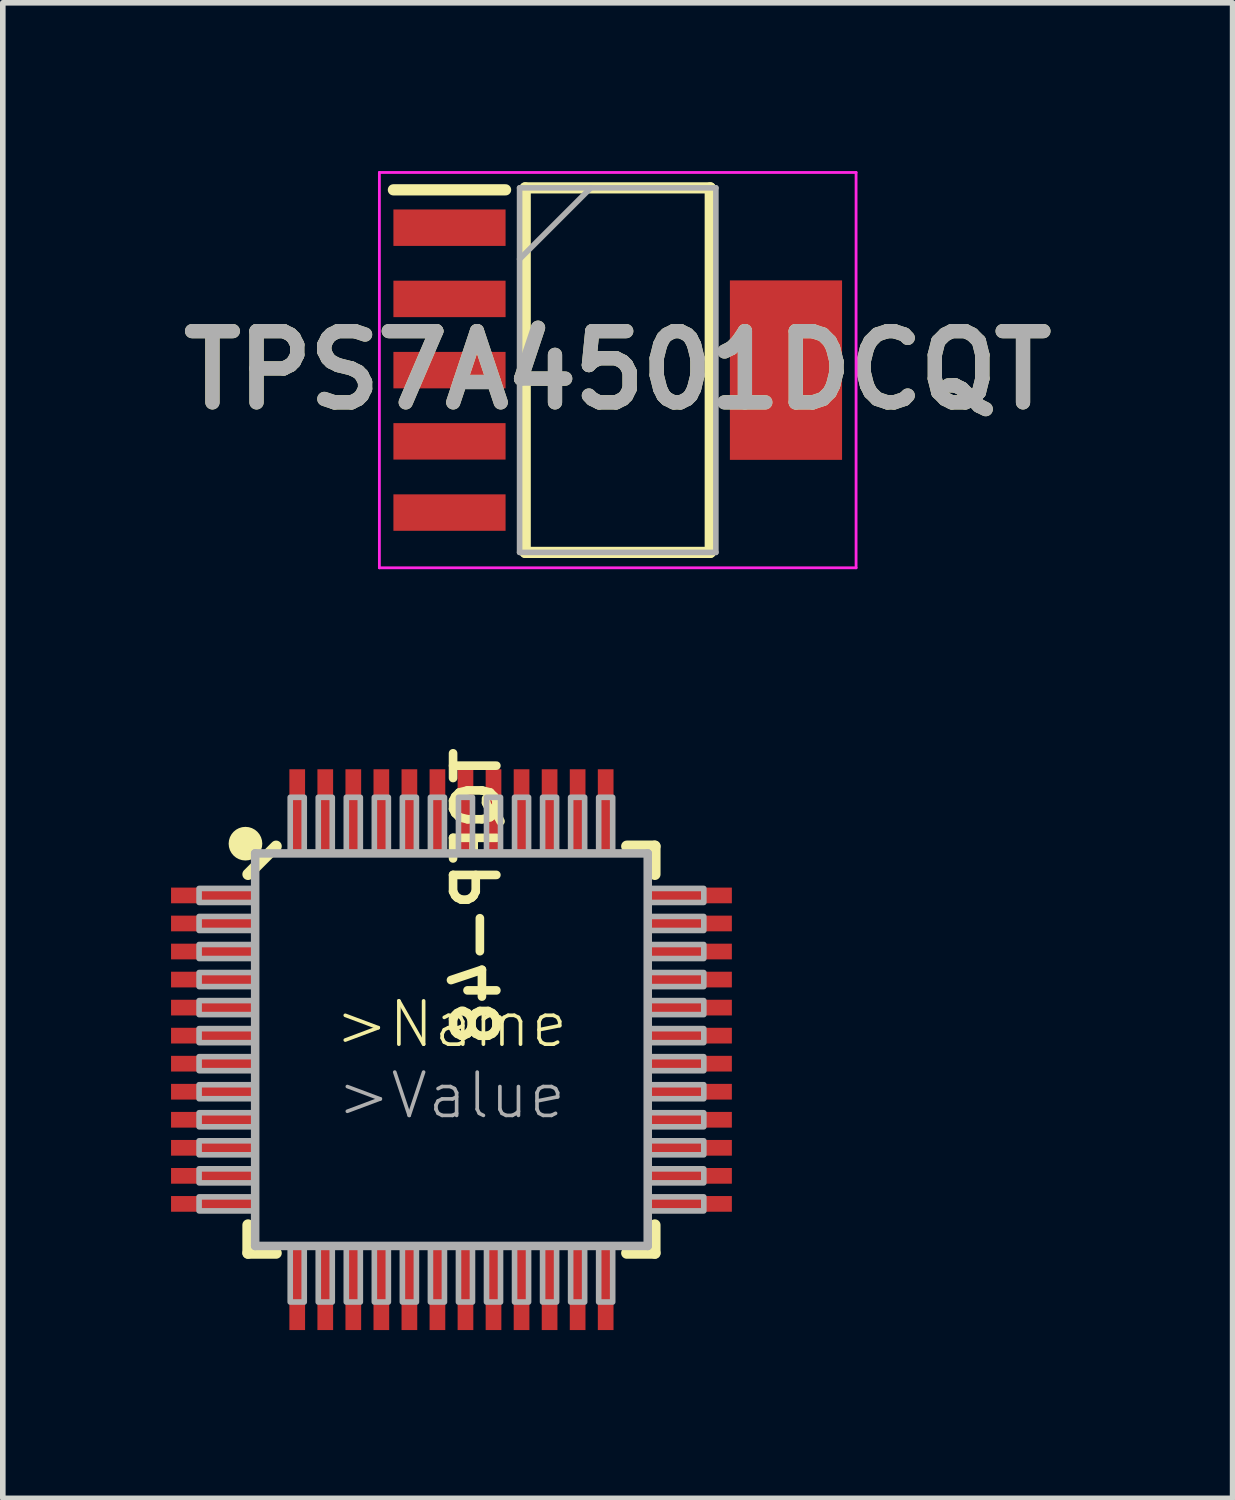
<source format=kicad_pcb>
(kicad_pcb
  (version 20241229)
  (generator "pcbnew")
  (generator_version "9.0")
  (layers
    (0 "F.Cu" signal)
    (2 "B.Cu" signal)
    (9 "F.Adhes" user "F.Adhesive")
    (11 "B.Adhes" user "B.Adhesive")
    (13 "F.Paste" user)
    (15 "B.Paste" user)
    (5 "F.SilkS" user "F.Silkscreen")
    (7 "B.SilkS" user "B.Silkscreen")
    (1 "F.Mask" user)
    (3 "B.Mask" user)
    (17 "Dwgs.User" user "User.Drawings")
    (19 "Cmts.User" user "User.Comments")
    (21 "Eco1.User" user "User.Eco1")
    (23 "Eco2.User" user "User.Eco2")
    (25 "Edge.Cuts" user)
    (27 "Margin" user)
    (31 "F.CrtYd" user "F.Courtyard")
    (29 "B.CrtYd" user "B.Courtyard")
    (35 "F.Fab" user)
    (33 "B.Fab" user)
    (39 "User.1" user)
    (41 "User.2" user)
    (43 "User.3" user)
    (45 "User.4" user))
  (footprint "TQFP-48"
    (layer "F.Cu")
    (at 5 15.667)
    (property "Reference" "TQFP-48" (at 0 0 90) (layer "F.SilkS") (effects (font (size 0.772 0.772) (thickness 0.154)) (justify right top mirror)))
    (attr through_hole)
    (fp_line (start -3.627 -3.127) (end -3.127 -3.627) (stroke (width 0.203) (type solid)) (layer "F.SilkS"))
    (fp_line (start -3.627 3.627) (end -3.627 3.127) (stroke (width 0.203) (type solid)) (layer "F.SilkS"))
    (fp_line (start -3.127 3.627) (end -3.627 3.627) (stroke (width 0.203) (type solid)) (layer "F.SilkS"))
    (fp_line (start 3.127 -3.627) (end 3.627 -3.627) (stroke (width 0.203) (type solid)) (layer "F.SilkS"))
    (fp_line (start 3.627 -3.627) (end 3.627 -3.127) (stroke (width 0.203) (type solid)) (layer "F.SilkS"))
    (fp_line (start 3.627 3.127) (end 3.627 3.627) (stroke (width 0.203) (type solid)) (layer "F.SilkS"))
    (fp_line (start 3.627 3.627) (end 3.127 3.627) (stroke (width 0.203) (type solid)) (layer "F.SilkS"))
    (fp_circle (center -3.673 -3.673) (end -3.523 -3.673) (stroke (width 0.3) (type solid)) (fill no) (layer "F.SilkS"))
    (fp_line (start -3.5 -3.5) (end 3.5 -3.5) (stroke (width 0.152) (type solid)) (layer "F.Fab"))
    (fp_line (start -3.5 3.5) (end -3.5 -3.5) (stroke (width 0.152) (type solid)) (layer "F.Fab"))
    (fp_line (start 3.5 -3.5) (end 3.5 3.5) (stroke (width 0.152) (type solid)) (layer "F.Fab"))
    (fp_line (start 3.5 3.5) (end -3.5 3.5) (stroke (width 0.152) (type solid)) (layer "F.Fab"))
    (fp_poly (pts (xy -4.5 -2.625) (xy -3.5 -2.625) (xy -3.5 -2.875) (xy -4.5 -2.875)) (stroke (width 0.1) (type solid)) (fill no) (layer "F.Fab"))
    (fp_poly (pts (xy -4.5 -2.125) (xy -3.5 -2.125) (xy -3.5 -2.375) (xy -4.5 -2.375)) (stroke (width 0.1) (type solid)) (fill no) (layer "F.Fab"))
    (fp_poly (pts (xy -4.5 -1.625) (xy -3.5 -1.625) (xy -3.5 -1.875) (xy -4.5 -1.875)) (stroke (width 0.1) (type solid)) (fill no) (layer "F.Fab"))
    (fp_poly (pts (xy -4.5 -1.125) (xy -3.5 -1.125) (xy -3.5 -1.375) (xy -4.5 -1.375)) (stroke (width 0.1) (type solid)) (fill no) (layer "F.Fab"))
    (fp_poly (pts (xy -4.5 -0.625) (xy -3.5 -0.625) (xy -3.5 -0.875) (xy -4.5 -0.875)) (stroke (width 0.1) (type solid)) (fill no) (layer "F.Fab"))
    (fp_poly (pts (xy -4.5 -0.125) (xy -3.5 -0.125) (xy -3.5 -0.375) (xy -4.5 -0.375)) (stroke (width 0.1) (type solid)) (fill no) (layer "F.Fab"))
    (fp_poly (pts (xy -4.5 0.375) (xy -3.5 0.375) (xy -3.5 0.125) (xy -4.5 0.125)) (stroke (width 0.1) (type solid)) (fill no) (layer "F.Fab"))
    (fp_poly (pts (xy -4.5 0.875) (xy -3.5 0.875) (xy -3.5 0.625) (xy -4.5 0.625)) (stroke (width 0.1) (type solid)) (fill no) (layer "F.Fab"))
    (fp_poly (pts (xy -4.5 1.375) (xy -3.5 1.375) (xy -3.5 1.125) (xy -4.5 1.125)) (stroke (width 0.1) (type solid)) (fill no) (layer "F.Fab"))
    (fp_poly (pts (xy -4.5 1.875) (xy -3.5 1.875) (xy -3.5 1.625) (xy -4.5 1.625)) (stroke (width 0.1) (type solid)) (fill no) (layer "F.Fab"))
    (fp_poly (pts (xy -4.5 2.375) (xy -3.5 2.375) (xy -3.5 2.125) (xy -4.5 2.125)) (stroke (width 0.1) (type solid)) (fill no) (layer "F.Fab"))
    (fp_poly (pts (xy -4.5 2.875) (xy -3.5 2.875) (xy -3.5 2.625) (xy -4.5 2.625)) (stroke (width 0.1) (type solid)) (fill no) (layer "F.Fab"))
    (fp_poly (pts (xy -2.875 -4.5) (xy -2.875 -3.5) (xy -2.625 -3.5) (xy -2.625 -4.5)) (stroke (width 0.1) (type solid)) (fill no) (layer "F.Fab"))
    (fp_poly (pts (xy -2.625 4.5) (xy -2.625 3.5) (xy -2.875 3.5) (xy -2.875 4.5)) (stroke (width 0.1) (type solid)) (fill no) (layer "F.Fab"))
    (fp_poly (pts (xy -2.375 -4.5) (xy -2.375 -3.5) (xy -2.125 -3.5) (xy -2.125 -4.5)) (stroke (width 0.1) (type solid)) (fill no) (layer "F.Fab"))
    (fp_poly (pts (xy -2.125 4.5) (xy -2.125 3.5) (xy -2.375 3.5) (xy -2.375 4.5)) (stroke (width 0.1) (type solid)) (fill no) (layer "F.Fab"))
    (fp_poly (pts (xy -1.875 -4.5) (xy -1.875 -3.5) (xy -1.625 -3.5) (xy -1.625 -4.5)) (stroke (width 0.1) (type solid)) (fill no) (layer "F.Fab"))
    (fp_poly (pts (xy -1.625 4.5) (xy -1.625 3.5) (xy -1.875 3.5) (xy -1.875 4.5)) (stroke (width 0.1) (type solid)) (fill no) (layer "F.Fab"))
    (fp_poly (pts (xy -1.375 -4.5) (xy -1.375 -3.5) (xy -1.125 -3.5) (xy -1.125 -4.5)) (stroke (width 0.1) (type solid)) (fill no) (layer "F.Fab"))
    (fp_poly (pts (xy -1.125 4.5) (xy -1.125 3.5) (xy -1.375 3.5) (xy -1.375 4.5)) (stroke (width 0.1) (type solid)) (fill no) (layer "F.Fab"))
    (fp_poly (pts (xy -0.875 -4.5) (xy -0.875 -3.5) (xy -0.625 -3.5) (xy -0.625 -4.5)) (stroke (width 0.1) (type solid)) (fill no) (layer "F.Fab"))
    (fp_poly (pts (xy -0.625 4.5) (xy -0.625 3.5) (xy -0.875 3.5) (xy -0.875 4.5)) (stroke (width 0.1) (type solid)) (fill no) (layer "F.Fab"))
    (fp_poly (pts (xy -0.375 -4.5) (xy -0.375 -3.5) (xy -0.125 -3.5) (xy -0.125 -4.5)) (stroke (width 0.1) (type solid)) (fill no) (layer "F.Fab"))
    (fp_poly (pts (xy -0.125 4.5) (xy -0.125 3.5) (xy -0.375 3.5) (xy -0.375 4.5)) (stroke (width 0.1) (type solid)) (fill no) (layer "F.Fab"))
    (fp_poly (pts (xy 0.125 -4.5) (xy 0.125 -3.5) (xy 0.375 -3.5) (xy 0.375 -4.5)) (stroke (width 0.1) (type solid)) (fill no) (layer "F.Fab"))
    (fp_poly (pts (xy 0.375 4.5) (xy 0.375 3.5) (xy 0.125 3.5) (xy 0.125 4.5)) (stroke (width 0.1) (type solid)) (fill no) (layer "F.Fab"))
    (fp_poly (pts (xy 0.625 -4.5) (xy 0.625 -3.5) (xy 0.875 -3.5) (xy 0.875 -4.5)) (stroke (width 0.1) (type solid)) (fill no) (layer "F.Fab"))
    (fp_poly (pts (xy 0.875 4.5) (xy 0.875 3.5) (xy 0.625 3.5) (xy 0.625 4.5)) (stroke (width 0.1) (type solid)) (fill no) (layer "F.Fab"))
    (fp_poly (pts (xy 1.125 -4.5) (xy 1.125 -3.5) (xy 1.375 -3.5) (xy 1.375 -4.5)) (stroke (width 0.1) (type solid)) (fill no) (layer "F.Fab"))
    (fp_poly (pts (xy 1.375 4.5) (xy 1.375 3.5) (xy 1.125 3.5) (xy 1.125 4.5)) (stroke (width 0.1) (type solid)) (fill no) (layer "F.Fab"))
    (fp_poly (pts (xy 1.625 -4.5) (xy 1.625 -3.5) (xy 1.875 -3.5) (xy 1.875 -4.5)) (stroke (width 0.1) (type solid)) (fill no) (layer "F.Fab"))
    (fp_poly (pts (xy 1.875 4.5) (xy 1.875 3.5) (xy 1.625 3.5) (xy 1.625 4.5)) (stroke (width 0.1) (type solid)) (fill no) (layer "F.Fab"))
    (fp_poly (pts (xy 2.125 -4.5) (xy 2.125 -3.5) (xy 2.375 -3.5) (xy 2.375 -4.5)) (stroke (width 0.1) (type solid)) (fill no) (layer "F.Fab"))
    (fp_poly (pts (xy 2.375 4.5) (xy 2.375 3.5) (xy 2.125 3.5) (xy 2.125 4.5)) (stroke (width 0.1) (type solid)) (fill no) (layer "F.Fab"))
    (fp_poly (pts (xy 2.625 -4.5) (xy 2.625 -3.5) (xy 2.875 -3.5) (xy 2.875 -4.5)) (stroke (width 0.1) (type solid)) (fill no) (layer "F.Fab"))
    (fp_poly (pts (xy 2.875 4.5) (xy 2.875 3.5) (xy 2.625 3.5) (xy 2.625 4.5)) (stroke (width 0.1) (type solid)) (fill no) (layer "F.Fab"))
    (fp_poly (pts (xy 4.5 -2.875) (xy 3.5 -2.875) (xy 3.5 -2.625) (xy 4.5 -2.625)) (stroke (width 0.1) (type solid)) (fill no) (layer "F.Fab"))
    (fp_poly (pts (xy 4.5 -2.375) (xy 3.5 -2.375) (xy 3.5 -2.125) (xy 4.5 -2.125)) (stroke (width 0.1) (type solid)) (fill no) (layer "F.Fab"))
    (fp_poly (pts (xy 4.5 -1.875) (xy 3.5 -1.875) (xy 3.5 -1.625) (xy 4.5 -1.625)) (stroke (width 0.1) (type solid)) (fill no) (layer "F.Fab"))
    (fp_poly (pts (xy 4.5 -1.375) (xy 3.5 -1.375) (xy 3.5 -1.125) (xy 4.5 -1.125)) (stroke (width 0.1) (type solid)) (fill no) (layer "F.Fab"))
    (fp_poly (pts (xy 4.5 -0.875) (xy 3.5 -0.875) (xy 3.5 -0.625) (xy 4.5 -0.625)) (stroke (width 0.1) (type solid)) (fill no) (layer "F.Fab"))
    (fp_poly (pts (xy 4.5 -0.375) (xy 3.5 -0.375) (xy 3.5 -0.125) (xy 4.5 -0.125)) (stroke (width 0.1) (type solid)) (fill no) (layer "F.Fab"))
    (fp_poly (pts (xy 4.5 0.125) (xy 3.5 0.125) (xy 3.5 0.375) (xy 4.5 0.375)) (stroke (width 0.1) (type solid)) (fill no) (layer "F.Fab"))
    (fp_poly (pts (xy 4.5 0.625) (xy 3.5 0.625) (xy 3.5 0.875) (xy 4.5 0.875)) (stroke (width 0.1) (type solid)) (fill no) (layer "F.Fab"))
    (fp_poly (pts (xy 4.5 1.125) (xy 3.5 1.125) (xy 3.5 1.375) (xy 4.5 1.375)) (stroke (width 0.1) (type solid)) (fill no) (layer "F.Fab"))
    (fp_poly (pts (xy 4.5 1.625) (xy 3.5 1.625) (xy 3.5 1.875) (xy 4.5 1.875)) (stroke (width 0.1) (type solid)) (fill no) (layer "F.Fab"))
    (fp_poly (pts (xy 4.5 2.125) (xy 3.5 2.125) (xy 3.5 2.375) (xy 4.5 2.375)) (stroke (width 0.1) (type solid)) (fill no) (layer "F.Fab"))
    (fp_poly (pts (xy 4.5 2.625) (xy 3.5 2.625) (xy 3.5 2.875) (xy 4.5 2.875)) (stroke (width 0.1) (type solid)) (fill no) (layer "F.Fab"))
    (fp_text user ">Name" (at 0 0 0) (layer "F.SilkS") (effects (font (size 0.772 0.772) (thickness 0.065)) (justify bottom)))
    (fp_text user ">Value" (at 0 1.27 0) (layer "F.Fab") (effects (font (size 0.772 0.772) (thickness 0.065)) (justify bottom)))
    (pad "1" smd rect (at -4.25 -2.75 180) (size 1.5 0.28) (layers "F.Cu" "F.Mask" "F.Paste"))
    (pad "2" smd rect (at -4.25 -2.25 180) (size 1.5 0.28) (layers "F.Cu" "F.Mask" "F.Paste"))
    (pad "3" smd rect (at -4.25 -1.75 180) (size 1.5 0.28) (layers "F.Cu" "F.Mask" "F.Paste"))
    (pad "4" smd rect (at -4.25 -1.25 180) (size 1.5 0.28) (layers "F.Cu" "F.Mask" "F.Paste"))
    (pad "5" smd rect (at -4.25 -0.75 180) (size 1.5 0.28) (layers "F.Cu" "F.Mask" "F.Paste"))
    (pad "6" smd rect (at -4.25 -0.25 180) (size 1.5 0.28) (layers "F.Cu" "F.Mask" "F.Paste"))
    (pad "7" smd rect (at -4.25 0.25 180) (size 1.5 0.28) (layers "F.Cu" "F.Mask" "F.Paste"))
    (pad "8" smd rect (at -4.25 0.75 180) (size 1.5 0.28) (layers "F.Cu" "F.Mask" "F.Paste"))
    (pad "9" smd rect (at -4.25 1.25 180) (size 1.5 0.28) (layers "F.Cu" "F.Mask" "F.Paste"))
    (pad "10" smd rect (at -4.25 1.75 180) (size 1.5 0.28) (layers "F.Cu" "F.Mask" "F.Paste"))
    (pad "11" smd rect (at -4.25 2.25 180) (size 1.5 0.28) (layers "F.Cu" "F.Mask" "F.Paste"))
    (pad "12" smd rect (at -4.25 2.75 180) (size 1.5 0.28) (layers "F.Cu" "F.Mask" "F.Paste"))
    (pad "13" smd rect (at -2.75 4.25 270) (size 1.5 0.28) (layers "F.Cu" "F.Mask" "F.Paste"))
    (pad "14" smd rect (at -2.25 4.25 270) (size 1.5 0.28) (layers "F.Cu" "F.Mask" "F.Paste"))
    (pad "15" smd rect (at -1.75 4.25 270) (size 1.5 0.28) (layers "F.Cu" "F.Mask" "F.Paste"))
    (pad "16" smd rect (at -1.25 4.25 270) (size 1.5 0.28) (layers "F.Cu" "F.Mask" "F.Paste"))
    (pad "17" smd rect (at -0.75 4.25 270) (size 1.5 0.28) (layers "F.Cu" "F.Mask" "F.Paste"))
    (pad "18" smd rect (at -0.25 4.25 270) (size 1.5 0.28) (layers "F.Cu" "F.Mask" "F.Paste"))
    (pad "19" smd rect (at 0.25 4.25 270) (size 1.5 0.28) (layers "F.Cu" "F.Mask" "F.Paste"))
    (pad "20" smd rect (at 0.75 4.25 270) (size 1.5 0.28) (layers "F.Cu" "F.Mask" "F.Paste"))
    (pad "21" smd rect (at 1.25 4.25 270) (size 1.5 0.28) (layers "F.Cu" "F.Mask" "F.Paste"))
    (pad "22" smd rect (at 1.75 4.25 270) (size 1.5 0.28) (layers "F.Cu" "F.Mask" "F.Paste"))
    (pad "23" smd rect (at 2.25 4.25 270) (size 1.5 0.28) (layers "F.Cu" "F.Mask" "F.Paste"))
    (pad "24" smd rect (at 2.75 4.25 270) (size 1.5 0.28) (layers "F.Cu" "F.Mask" "F.Paste"))
    (pad "25" smd rect (at 4.25 2.75) (size 1.5 0.28) (layers "F.Cu" "F.Mask" "F.Paste"))
    (pad "26" smd rect (at 4.25 2.25) (size 1.5 0.28) (layers "F.Cu" "F.Mask" "F.Paste"))
    (pad "27" smd rect (at 4.25 1.75) (size 1.5 0.28) (layers "F.Cu" "F.Mask" "F.Paste"))
    (pad "28" smd rect (at 4.25 1.25) (size 1.5 0.28) (layers "F.Cu" "F.Mask" "F.Paste"))
    (pad "29" smd rect (at 4.25 0.75) (size 1.5 0.28) (layers "F.Cu" "F.Mask" "F.Paste"))
    (pad "30" smd rect (at 4.25 0.25) (size 1.5 0.28) (layers "F.Cu" "F.Mask" "F.Paste"))
    (pad "31" smd rect (at 4.25 -0.25) (size 1.5 0.28) (layers "F.Cu" "F.Mask" "F.Paste"))
    (pad "32" smd rect (at 4.25 -0.75) (size 1.5 0.28) (layers "F.Cu" "F.Mask" "F.Paste"))
    (pad "33" smd rect (at 4.25 -1.25) (size 1.5 0.28) (layers "F.Cu" "F.Mask" "F.Paste"))
    (pad "34" smd rect (at 4.25 -1.75) (size 1.5 0.28) (layers "F.Cu" "F.Mask" "F.Paste"))
    (pad "35" smd rect (at 4.25 -2.25) (size 1.5 0.28) (layers "F.Cu" "F.Mask" "F.Paste"))
    (pad "36" smd rect (at 4.25 -2.75) (size 1.5 0.28) (layers "F.Cu" "F.Mask" "F.Paste"))
    (pad "37" smd rect (at 2.75 -4.25 90) (size 1.5 0.28) (layers "F.Cu" "F.Mask" "F.Paste"))
    (pad "38" smd rect (at 2.25 -4.25 90) (size 1.5 0.28) (layers "F.Cu" "F.Mask" "F.Paste"))
    (pad "39" smd rect (at 1.75 -4.25 90) (size 1.5 0.28) (layers "F.Cu" "F.Mask" "F.Paste"))
    (pad "40" smd rect (at 1.25 -4.25 90) (size 1.5 0.28) (layers "F.Cu" "F.Mask" "F.Paste"))
    (pad "41" smd rect (at 0.75 -4.25 90) (size 1.5 0.28) (layers "F.Cu" "F.Mask" "F.Paste"))
    (pad "42" smd rect (at 0.25 -4.25 90) (size 1.5 0.28) (layers "F.Cu" "F.Mask" "F.Paste"))
    (pad "43" smd rect (at -0.25 -4.25 90) (size 1.5 0.28) (layers "F.Cu" "F.Mask" "F.Paste"))
    (pad "44" smd rect (at -0.75 -4.25 90) (size 1.5 0.28) (layers "F.Cu" "F.Mask" "F.Paste"))
    (pad "45" smd rect (at -1.25 -4.25 90) (size 1.5 0.28) (layers "F.Cu" "F.Mask" "F.Paste"))
    (pad "46" smd rect (at -1.75 -4.25 90) (size 1.5 0.28) (layers "F.Cu" "F.Mask" "F.Paste"))
    (pad "47" smd rect (at -2.25 -4.25 90) (size 1.5 0.28) (layers "F.Cu" "F.Mask" "F.Paste"))
    (pad "48" smd rect (at -2.75 -4.25 90) (size 1.5 0.28) (layers "F.Cu" "F.Mask" "F.Paste")))
  (footprint "TPS7A4501DCQT"
    (layer "F.Cu")
    (at 7.965 3.55)
    (property "Reference" "TPS7A4501DCQT" (at 0 0 0) (layer "F.SilkS") (effects (font (size 1.27 1.27) (thickness 0.254))))
    (attr smd)
    (fp_line (start -4 -3.215) (end -2 -3.215) (stroke (width 0.2) (type solid)) (layer "F.SilkS"))
    (fp_line (start -1.65 -3.25) (end 1.65 -3.25) (stroke (width 0.2) (type solid)) (layer "F.SilkS"))
    (fp_line (start -1.65 3.25) (end -1.65 -3.25) (stroke (width 0.2) (type solid)) (layer "F.SilkS"))
    (fp_line (start 1.65 -3.25) (end 1.65 3.25) (stroke (width 0.2) (type solid)) (layer "F.SilkS"))
    (fp_line (start 1.65 3.25) (end -1.65 3.25) (stroke (width 0.2) (type solid)) (layer "F.SilkS"))
    (fp_line (start -4.25 -3.525) (end 4.25 -3.525) (stroke (width 0.05) (type solid)) (layer "F.CrtYd"))
    (fp_line (start -4.25 3.525) (end -4.25 -3.525) (stroke (width 0.05) (type solid)) (layer "F.CrtYd"))
    (fp_line (start 4.25 -3.525) (end 4.25 3.525) (stroke (width 0.05) (type solid)) (layer "F.CrtYd"))
    (fp_line (start 4.25 3.525) (end -4.25 3.525) (stroke (width 0.05) (type solid)) (layer "F.CrtYd"))
    (fp_line (start -1.75 -3.25) (end 1.75 -3.25) (stroke (width 0.1) (type solid)) (layer "F.Fab"))
    (fp_line (start -1.75 -1.98) (end -0.48 -3.25) (stroke (width 0.1) (type solid)) (layer "F.Fab"))
    (fp_line (start -1.75 3.25) (end -1.75 -3.25) (stroke (width 0.1) (type solid)) (layer "F.Fab"))
    (fp_line (start 1.75 -3.25) (end 1.75 3.25) (stroke (width 0.1) (type solid)) (layer "F.Fab"))
    (fp_line (start 1.75 3.25) (end -1.75 3.25) (stroke (width 0.1) (type solid)) (layer "F.Fab"))
    (fp_text user "${REFERENCE}" (at 0 0 0) (layer "F.Fab") (effects (font (size 1.27 1.27) (thickness 0.254))))
    (pad "1" smd rect (at -3 -2.54 90) (size 0.65 2) (layers "F.Cu" "F.Mask" "F.Paste"))
    (pad "2" smd rect (at -3 -1.27 90) (size 0.65 2) (layers "F.Cu" "F.Mask" "F.Paste"))
    (pad "3" smd rect (at -3 0 90) (size 0.65 2) (layers "F.Cu" "F.Mask" "F.Paste"))
    (pad "4" smd rect (at -3 1.27 90) (size 0.65 2) (layers "F.Cu" "F.Mask" "F.Paste"))
    (pad "5" smd rect (at -3 2.54 90) (size 0.65 2) (layers "F.Cu" "F.Mask" "F.Paste"))
    (pad "6" smd rect (at 3 0) (size 2 3.2) (layers "F.Cu" "F.Mask" "F.Paste")))
  (gr_rect
    (start -3 -3)
    (end 18.929 23.667)
    (stroke (width 0.1) (type default))
    (fill no)
    (layer "Edge.Cuts")))
</source>
